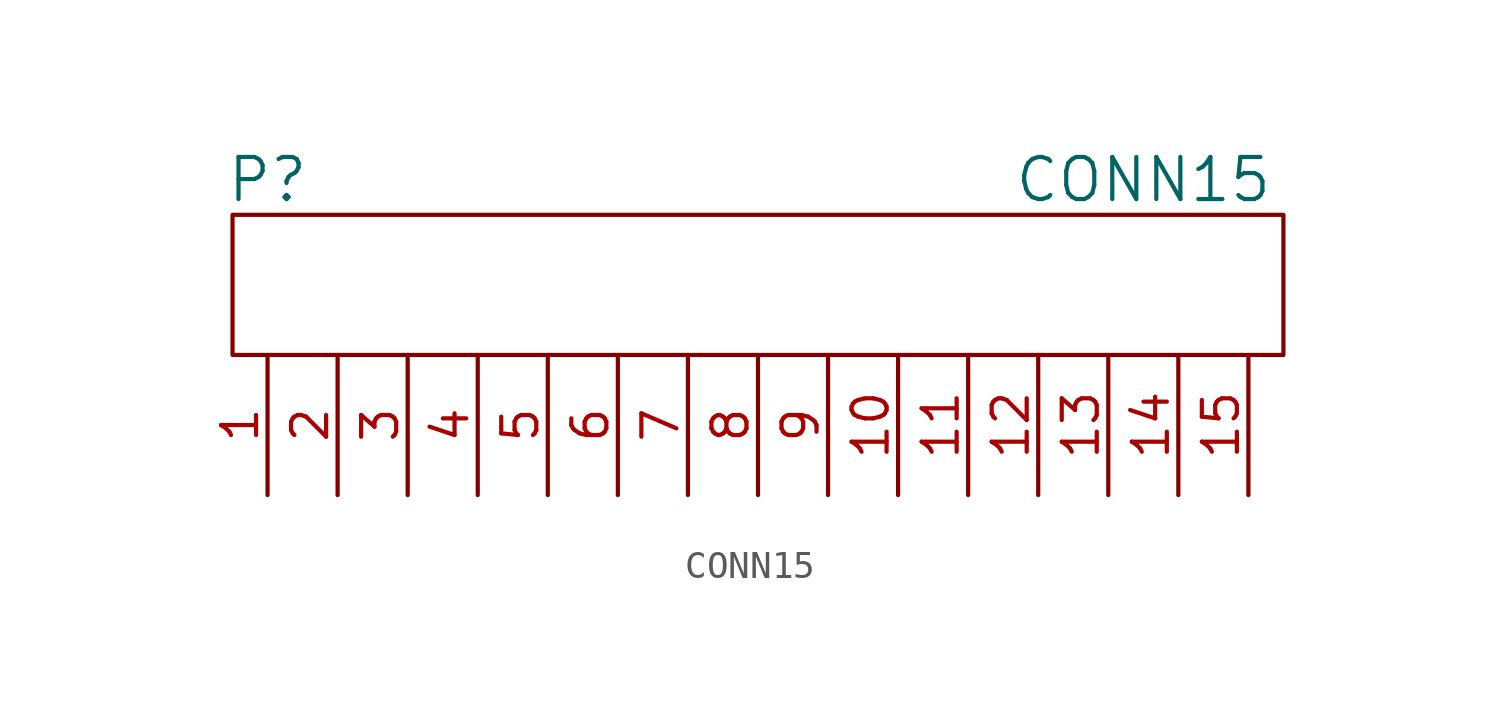
<source format=kicad_sym>
(kicad_symbol_lib
  (version 20241209)
  (generator "kicad_symbol_editor")
  (generator_version "9.0")
  (symbol "CONN15"
    (pin_names
      (offset 1.016))
    (property "Reference" "P"
      (at -17.78 6.35 0)
      (effects (font (size 1.524 1.524))))
    (property "Value" "CONN15"
      (at 13.97 6.35 0)
      (effects (font (size 1.524 1.524))))
    (property "Footprint" ""
      (at 0 0 0)
      (effects (font (size 1.524 1.524))))
    (property "Datasheet" ""
      (at 0 0 0)
      (effects (font (size 1.524 1.524))))
    (symbol "CONN15_0_1"
      (rectangle (start -19.05 5.08) (end 19.05 0) (stroke (width 0) (type solid)) (fill (type none))))
    (symbol "CONN15_1_1"
      (pin passive line (at -17.78 -5.08 90) (length 5.08) (name "~" (effects (font (size 1.27 1.27)))) (number "1" (effects (font (size 1.27 1.27)))))
      (pin passive line (at -15.24 -5.08 90) (length 5.08) (name "~" (effects (font (size 1.27 1.27)))) (number "2" (effects (font (size 1.27 1.27)))))
      (pin passive line (at -12.7 -5.08 90) (length 5.08) (name "~" (effects (font (size 1.27 1.27)))) (number "3" (effects (font (size 1.27 1.27)))))
      (pin passive line (at -10.16 -5.08 90) (length 5.08) (name "~" (effects (font (size 1.27 1.27)))) (number "4" (effects (font (size 1.27 1.27)))))
      (pin passive line (at -7.62 -5.08 90) (length 5.08) (name "~" (effects (font (size 1.27 1.27)))) (number "5" (effects (font (size 1.27 1.27)))))
      (pin passive line (at -5.08 -5.08 90) (length 5.08) (name "~" (effects (font (size 1.27 1.27)))) (number "6" (effects (font (size 1.27 1.27)))))
      (pin passive line (at -2.54 -5.08 90) (length 5.08) (name "~" (effects (font (size 1.27 1.27)))) (number "7" (effects (font (size 1.27 1.27)))))
      (pin passive line (at 0 -5.08 90) (length 5.08) (name "~" (effects (font (size 1.27 1.27)))) (number "8" (effects (font (size 1.27 1.27)))))
      (pin passive line (at 2.54 -5.08 90) (length 5.08) (name "~" (effects (font (size 1.27 1.27)))) (number "9" (effects (font (size 1.27 1.27)))))
      (pin passive line (at 5.08 -5.08 90) (length 5.08) (name "~" (effects (font (size 1.27 1.27)))) (number "10" (effects (font (size 1.27 1.27)))))
      (pin passive line (at 7.62 -5.08 90) (length 5.08) (name "~" (effects (font (size 1.27 1.27)))) (number "11" (effects (font (size 1.27 1.27)))))
      (pin passive line (at 10.16 -5.08 90) (length 5.08) (name "~" (effects (font (size 1.27 1.27)))) (number "12" (effects (font (size 1.27 1.27)))))
      (pin passive line (at 12.7 -5.08 90) (length 5.08) (name "~" (effects (font (size 1.27 1.27)))) (number "13" (effects (font (size 1.27 1.27)))))
      (pin passive line (at 15.24 -5.08 90) (length 5.08) (name "~" (effects (font (size 1.27 1.27)))) (number "14" (effects (font (size 1.27 1.27)))))
      (pin passive line (at 17.78 -5.08 90) (length 5.08) (name "~" (effects (font (size 1.27 1.27)))) (number "15" (effects (font (size 1.27 1.27))))))))
</source>
